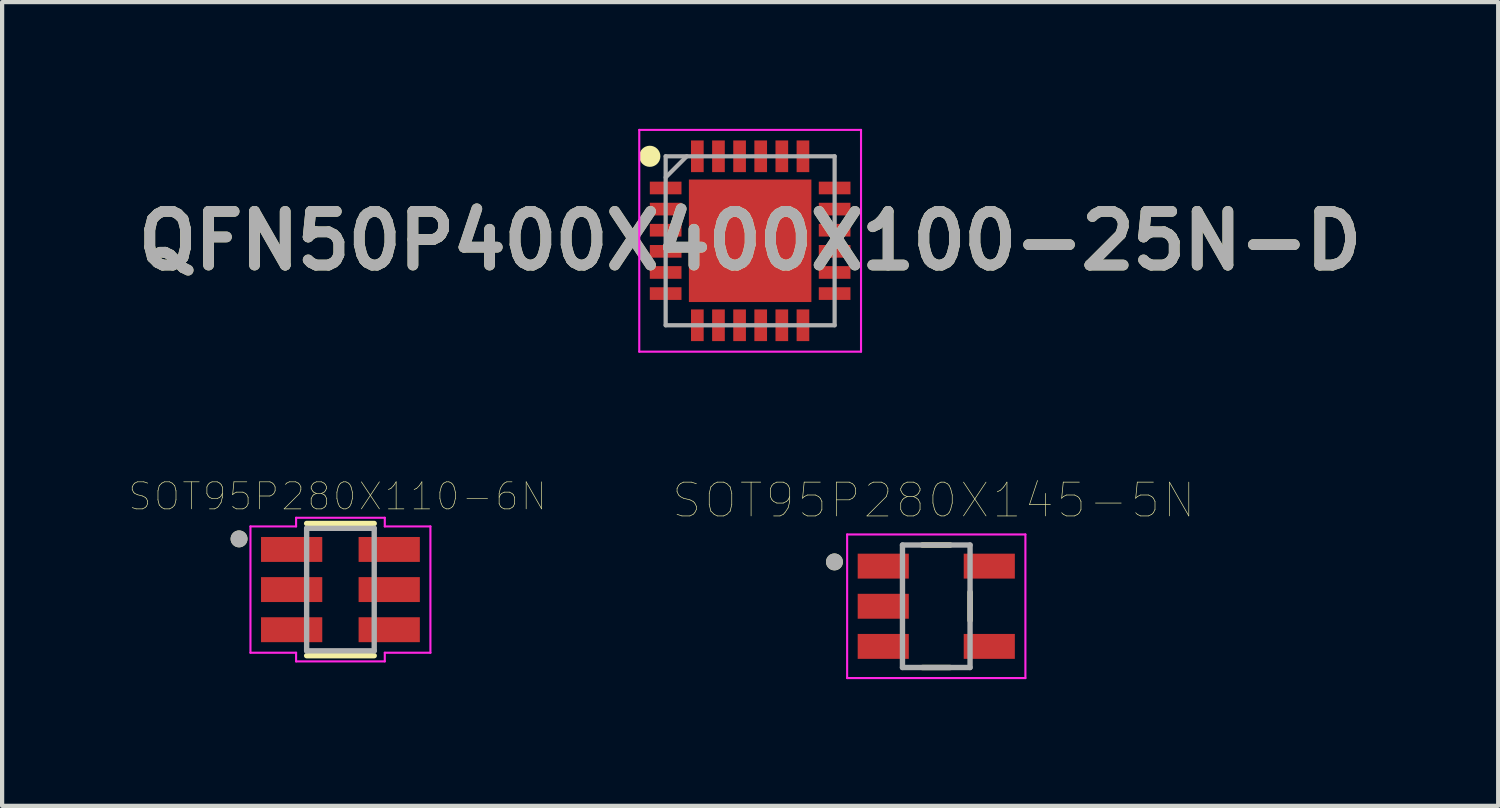
<source format=kicad_pcb>
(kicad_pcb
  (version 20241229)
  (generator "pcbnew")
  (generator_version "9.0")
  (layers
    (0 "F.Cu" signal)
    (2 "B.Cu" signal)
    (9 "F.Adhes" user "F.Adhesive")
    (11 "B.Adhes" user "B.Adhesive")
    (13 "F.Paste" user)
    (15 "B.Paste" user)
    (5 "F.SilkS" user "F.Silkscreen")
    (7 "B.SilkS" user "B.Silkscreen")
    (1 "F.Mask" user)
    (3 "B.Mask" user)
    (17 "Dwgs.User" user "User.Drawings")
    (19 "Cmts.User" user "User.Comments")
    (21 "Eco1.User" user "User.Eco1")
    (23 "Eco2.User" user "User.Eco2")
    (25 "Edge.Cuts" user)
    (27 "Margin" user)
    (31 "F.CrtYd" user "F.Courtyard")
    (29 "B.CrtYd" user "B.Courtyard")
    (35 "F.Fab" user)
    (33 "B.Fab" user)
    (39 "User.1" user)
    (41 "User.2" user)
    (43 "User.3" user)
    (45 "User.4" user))
  (footprint "SOT95P280X110-6N"
    (layer "F.Cu")
    (at 5.009 10.907)
    (property "Reference" "SOT95P280X110-6N" (at -0.068 -2.206 0) (layer "F.SilkS") (effects (font (size 0.64 0.64) (thickness 0.015))))
    (attr through_hole)
    (fp_line (start -0.8 -1.565) (end 0.8 -1.565) (stroke (width 0.127) (type solid)) (layer "F.SilkS"))
    (fp_line (start -0.8 1.565) (end 0.8 1.565) (stroke (width 0.127) (type solid)) (layer "F.SilkS"))
    (fp_circle (center -2.4 -1.2) (end -2.3 -1.2) (stroke (width 0.2) (type solid)) (fill no) (layer "F.SilkS"))
    (fp_line (start -2.13 -1.495) (end -2.13 1.495) (stroke (width 0.05) (type solid)) (layer "F.CrtYd"))
    (fp_line (start -2.13 1.495) (end -1.05 1.495) (stroke (width 0.05) (type solid)) (layer "F.CrtYd"))
    (fp_line (start -1.05 -1.7) (end -1.05 -1.495) (stroke (width 0.05) (type solid)) (layer "F.CrtYd"))
    (fp_line (start -1.05 -1.495) (end -2.13 -1.495) (stroke (width 0.05) (type solid)) (layer "F.CrtYd"))
    (fp_line (start -1.05 1.495) (end -1.05 1.7) (stroke (width 0.05) (type solid)) (layer "F.CrtYd"))
    (fp_line (start -1.05 1.7) (end 1.05 1.7) (stroke (width 0.05) (type solid)) (layer "F.CrtYd"))
    (fp_line (start 1.05 -1.7) (end -1.05 -1.7) (stroke (width 0.05) (type solid)) (layer "F.CrtYd"))
    (fp_line (start 1.05 -1.495) (end 1.05 -1.7) (stroke (width 0.05) (type solid)) (layer "F.CrtYd"))
    (fp_line (start 1.05 1.495) (end 2.13 1.495) (stroke (width 0.05) (type solid)) (layer "F.CrtYd"))
    (fp_line (start 1.05 1.7) (end 1.05 1.495) (stroke (width 0.05) (type solid)) (layer "F.CrtYd"))
    (fp_line (start 2.13 -1.495) (end 1.05 -1.495) (stroke (width 0.05) (type solid)) (layer "F.CrtYd"))
    (fp_line (start 2.13 1.495) (end 2.13 -1.495) (stroke (width 0.05) (type solid)) (layer "F.CrtYd"))
    (fp_line (start -0.8 -1.45) (end -0.8 1.45) (stroke (width 0.127) (type solid)) (layer "F.Fab"))
    (fp_line (start -0.8 1.45) (end 0.8 1.45) (stroke (width 0.127) (type solid)) (layer "F.Fab"))
    (fp_line (start 0.8 -1.45) (end -0.8 -1.45) (stroke (width 0.127) (type solid)) (layer "F.Fab"))
    (fp_line (start 0.8 1.45) (end 0.8 -1.45) (stroke (width 0.127) (type solid)) (layer "F.Fab"))
    (fp_circle (center -2.4 -1.2) (end -2.3 -1.2) (stroke (width 0.2) (type solid)) (fill no) (layer "F.Fab"))
    (pad "1" smd rect (at -1.155 -0.95) (size 1.45 0.59) (layers "F.Cu" "F.Mask" "F.Paste"))
    (pad "2" smd rect (at -1.155 0) (size 1.45 0.59) (layers "F.Cu" "F.Mask" "F.Paste"))
    (pad "3" smd rect (at -1.155 0.95) (size 1.45 0.59) (layers "F.Cu" "F.Mask" "F.Paste"))
    (pad "4" smd rect (at 1.155 0.95) (size 1.45 0.59) (layers "F.Cu" "F.Mask" "F.Paste"))
    (pad "5" smd rect (at 1.155 0) (size 1.45 0.59) (layers "F.Cu" "F.Mask" "F.Paste"))
    (pad "6" smd rect (at 1.155 -0.95) (size 1.45 0.59) (layers "F.Cu" "F.Mask" "F.Paste")))
  (footprint "QFN50P400X400X100-25N-D"
    (layer "F.Cu")
    (at 14.708 2.65)
    (property "Reference" "QFN50P400X400X100-25N-D" (at 0 0 0) (layer "F.SilkS") (effects (font (size 1.27 1.27) (thickness 0.254))))
    (attr smd)
    (fp_circle (center -2.375 -2) (end -2.375 -1.875) (stroke (width 0.25) (type solid)) (fill no) (layer "F.SilkS"))
    (fp_line (start -2.625 -2.625) (end 2.625 -2.625) (stroke (width 0.05) (type solid)) (layer "F.CrtYd"))
    (fp_line (start -2.625 2.625) (end -2.625 -2.625) (stroke (width 0.05) (type solid)) (layer "F.CrtYd"))
    (fp_line (start 2.625 -2.625) (end 2.625 2.625) (stroke (width 0.05) (type solid)) (layer "F.CrtYd"))
    (fp_line (start 2.625 2.625) (end -2.625 2.625) (stroke (width 0.05) (type solid)) (layer "F.CrtYd"))
    (fp_line (start -2 -2) (end 2 -2) (stroke (width 0.1) (type solid)) (layer "F.Fab"))
    (fp_line (start -2 -1.5) (end -1.5 -2) (stroke (width 0.1) (type solid)) (layer "F.Fab"))
    (fp_line (start -2 2) (end -2 -2) (stroke (width 0.1) (type solid)) (layer "F.Fab"))
    (fp_line (start 2 -2) (end 2 2) (stroke (width 0.1) (type solid)) (layer "F.Fab"))
    (fp_line (start 2 2) (end -2 2) (stroke (width 0.1) (type solid)) (layer "F.Fab"))
    (fp_text user "${REFERENCE}" (at 0 0 0) (layer "F.Fab") (effects (font (size 1.27 1.27) (thickness 0.254))))
    (pad "1" smd rect (at -2 -1.25 90) (size 0.3 0.75) (layers "F.Cu" "F.Mask" "F.Paste"))
    (pad "2" smd rect (at -2 -0.75 90) (size 0.3 0.75) (layers "F.Cu" "F.Mask" "F.Paste"))
    (pad "3" smd rect (at -2 -0.25 90) (size 0.3 0.75) (layers "F.Cu" "F.Mask" "F.Paste"))
    (pad "4" smd rect (at -2 0.25 90) (size 0.3 0.75) (layers "F.Cu" "F.Mask" "F.Paste"))
    (pad "5" smd rect (at -2 0.75 90) (size 0.3 0.75) (layers "F.Cu" "F.Mask" "F.Paste"))
    (pad "6" smd rect (at -2 1.25 90) (size 0.3 0.75) (layers "F.Cu" "F.Mask" "F.Paste"))
    (pad "7" smd rect (at -1.25 2) (size 0.3 0.75) (layers "F.Cu" "F.Mask" "F.Paste"))
    (pad "8" smd rect (at -0.75 2) (size 0.3 0.75) (layers "F.Cu" "F.Mask" "F.Paste"))
    (pad "9" smd rect (at -0.25 2) (size 0.3 0.75) (layers "F.Cu" "F.Mask" "F.Paste"))
    (pad "10" smd rect (at 0.25 2) (size 0.3 0.75) (layers "F.Cu" "F.Mask" "F.Paste"))
    (pad "11" smd rect (at 0.75 2) (size 0.3 0.75) (layers "F.Cu" "F.Mask" "F.Paste"))
    (pad "12" smd rect (at 1.25 2) (size 0.3 0.75) (layers "F.Cu" "F.Mask" "F.Paste"))
    (pad "13" smd rect (at 2 1.25 90) (size 0.3 0.75) (layers "F.Cu" "F.Mask" "F.Paste"))
    (pad "14" smd rect (at 2 0.75 90) (size 0.3 0.75) (layers "F.Cu" "F.Mask" "F.Paste"))
    (pad "15" smd rect (at 2 0.25 90) (size 0.3 0.75) (layers "F.Cu" "F.Mask" "F.Paste"))
    (pad "16" smd rect (at 2 -0.25 90) (size 0.3 0.75) (layers "F.Cu" "F.Mask" "F.Paste"))
    (pad "17" smd rect (at 2 -0.75 90) (size 0.3 0.75) (layers "F.Cu" "F.Mask" "F.Paste"))
    (pad "18" smd rect (at 2 -1.25 90) (size 0.3 0.75) (layers "F.Cu" "F.Mask" "F.Paste"))
    (pad "19" smd rect (at 1.25 -2) (size 0.3 0.75) (layers "F.Cu" "F.Mask" "F.Paste"))
    (pad "20" smd rect (at 0.75 -2) (size 0.3 0.75) (layers "F.Cu" "F.Mask" "F.Paste"))
    (pad "21" smd rect (at 0.25 -2) (size 0.3 0.75) (layers "F.Cu" "F.Mask" "F.Paste"))
    (pad "22" smd rect (at -0.25 -2) (size 0.3 0.75) (layers "F.Cu" "F.Mask" "F.Paste"))
    (pad "23" smd rect (at -0.75 -2) (size 0.3 0.75) (layers "F.Cu" "F.Mask" "F.Paste"))
    (pad "24" smd rect (at -1.25 -2) (size 0.3 0.75) (layers "F.Cu" "F.Mask" "F.Paste"))
    (pad "25" smd rect (at 0 0) (size 2.9 2.9) (layers "F.Cu" "F.Mask" "F.Paste")))
  (footprint "SOT95P280X145-5N"
    (layer "F.Cu")
    (at 19.114 11.302)
    (property "Reference" "SOT95P280X145-5N" (at -0.06 -2.508 0) (layer "F.SilkS") (effects (font (size 0.8 0.8) (thickness 0.015))))
    (attr through_hole)
    (fp_line (start -0.33 -1.45) (end 0.33 -1.45) (stroke (width 0.127) (type solid)) (layer "F.SilkS"))
    (fp_line (start 0.33 1.45) (end -0.33 1.45) (stroke (width 0.127) (type solid)) (layer "F.SilkS"))
    (fp_line (start 0.8 -0.335) (end 0.8 0.335) (stroke (width 0.127) (type solid)) (layer "F.SilkS"))
    (fp_circle (center -2.41 -1.05) (end -2.31 -1.05) (stroke (width 0.2) (type solid)) (fill no) (layer "F.SilkS"))
    (fp_line (start -2.11 -1.7) (end 2.11 -1.7) (stroke (width 0.05) (type solid)) (layer "F.CrtYd"))
    (fp_line (start -2.11 1.7) (end -2.11 -1.7) (stroke (width 0.05) (type solid)) (layer "F.CrtYd"))
    (fp_line (start 2.11 -1.7) (end 2.11 1.7) (stroke (width 0.05) (type solid)) (layer "F.CrtYd"))
    (fp_line (start 2.11 1.7) (end -2.11 1.7) (stroke (width 0.05) (type solid)) (layer "F.CrtYd"))
    (fp_line (start -0.8 -1.45) (end 0.8 -1.45) (stroke (width 0.127) (type solid)) (layer "F.Fab"))
    (fp_line (start -0.8 1.45) (end -0.8 -1.45) (stroke (width 0.127) (type solid)) (layer "F.Fab"))
    (fp_line (start 0.8 -1.45) (end 0.8 1.45) (stroke (width 0.127) (type solid)) (layer "F.Fab"))
    (fp_line (start 0.8 1.45) (end -0.8 1.45) (stroke (width 0.127) (type solid)) (layer "F.Fab"))
    (fp_circle (center -2.41 -1.05) (end -2.31 -1.05) (stroke (width 0.2) (type solid)) (fill no) (layer "F.Fab"))
    (pad "1" smd rect (at -1.255 -0.95) (size 1.21 0.59) (layers "F.Cu" "F.Mask" "F.Paste"))
    (pad "2" smd rect (at -1.255 0) (size 1.21 0.59) (layers "F.Cu" "F.Mask" "F.Paste"))
    (pad "3" smd rect (at -1.255 0.95) (size 1.21 0.59) (layers "F.Cu" "F.Mask" "F.Paste"))
    (pad "4" smd rect (at 1.255 0.95) (size 1.21 0.59) (layers "F.Cu" "F.Mask" "F.Paste"))
    (pad "5" smd rect (at 1.255 -0.95) (size 1.21 0.59) (layers "F.Cu" "F.Mask" "F.Paste")))
  (gr_rect
    (start -3 -3)
    (end 32.416 16.027)
    (stroke (width 0.1) (type default))
    (fill no)
    (layer "Edge.Cuts")))
</source>
